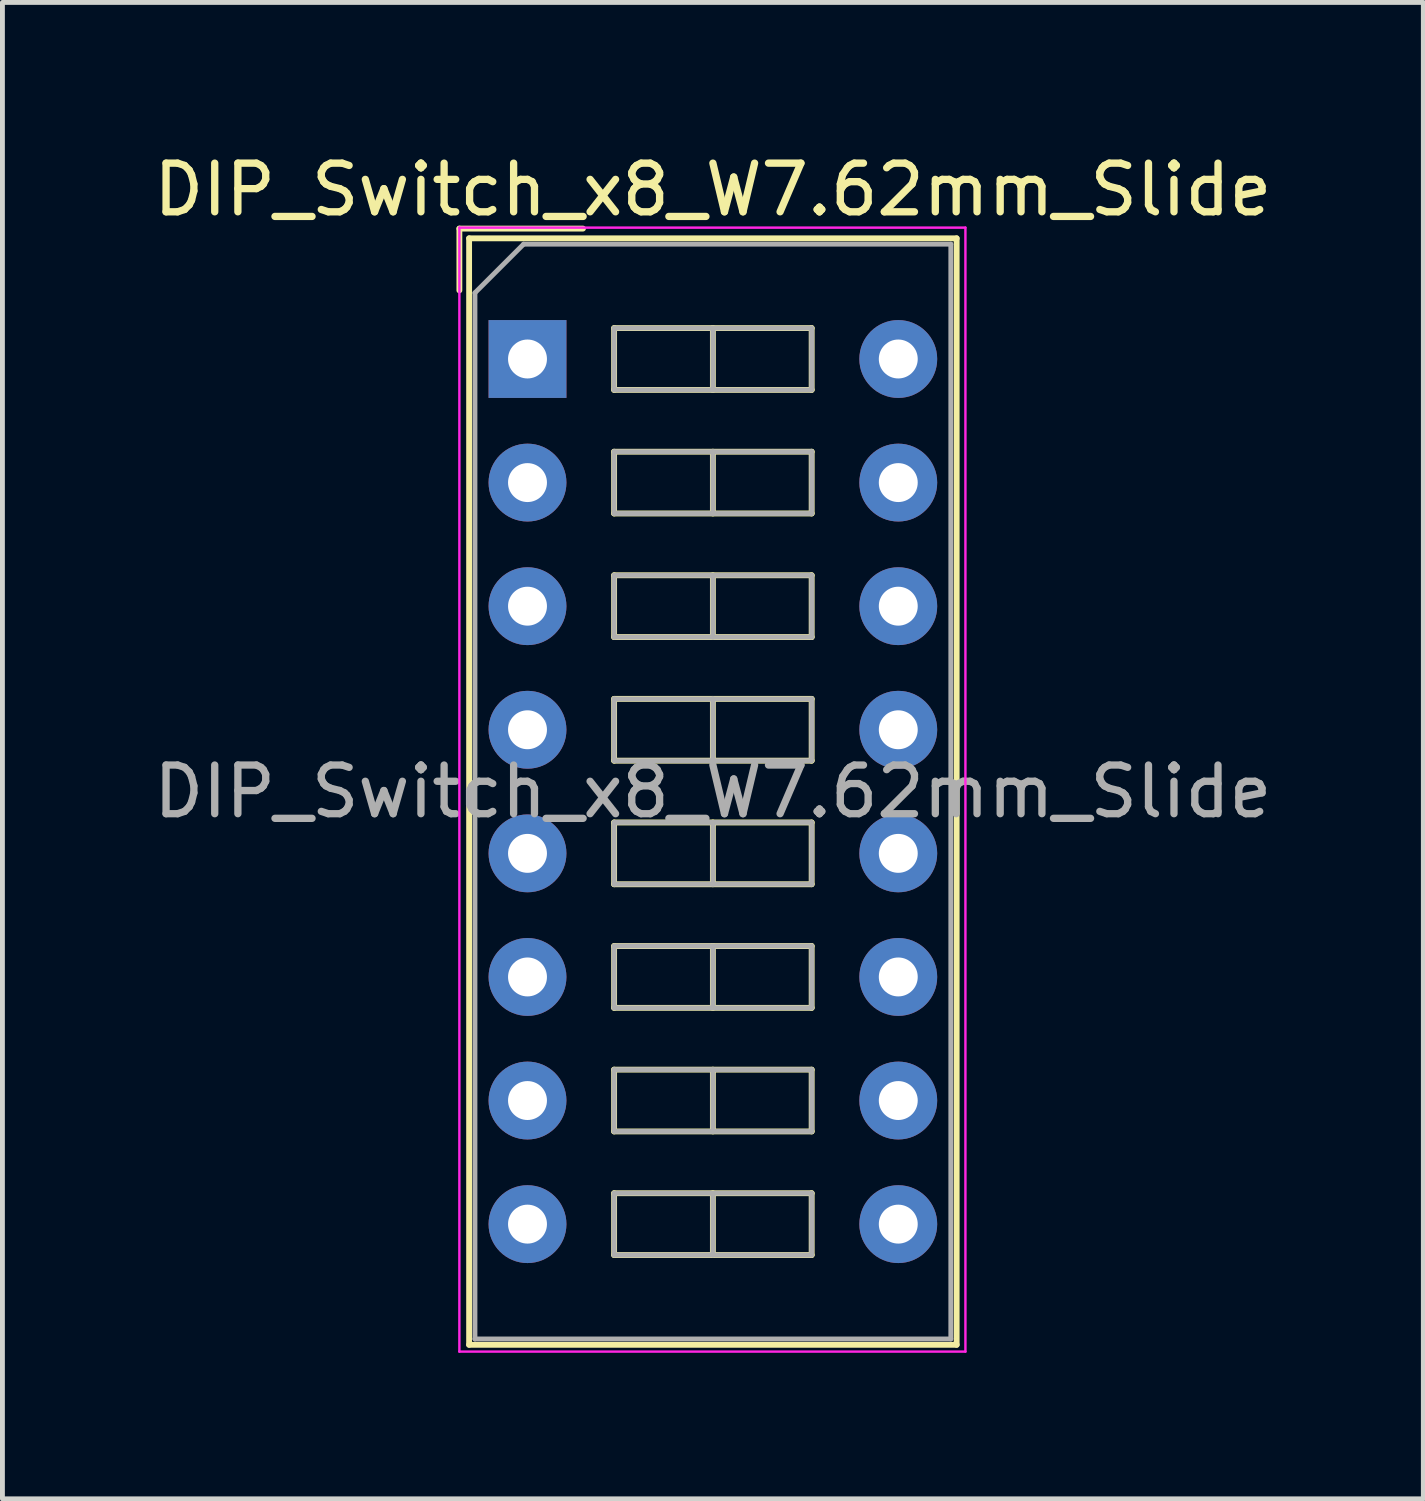
<source format=kicad_pcb>
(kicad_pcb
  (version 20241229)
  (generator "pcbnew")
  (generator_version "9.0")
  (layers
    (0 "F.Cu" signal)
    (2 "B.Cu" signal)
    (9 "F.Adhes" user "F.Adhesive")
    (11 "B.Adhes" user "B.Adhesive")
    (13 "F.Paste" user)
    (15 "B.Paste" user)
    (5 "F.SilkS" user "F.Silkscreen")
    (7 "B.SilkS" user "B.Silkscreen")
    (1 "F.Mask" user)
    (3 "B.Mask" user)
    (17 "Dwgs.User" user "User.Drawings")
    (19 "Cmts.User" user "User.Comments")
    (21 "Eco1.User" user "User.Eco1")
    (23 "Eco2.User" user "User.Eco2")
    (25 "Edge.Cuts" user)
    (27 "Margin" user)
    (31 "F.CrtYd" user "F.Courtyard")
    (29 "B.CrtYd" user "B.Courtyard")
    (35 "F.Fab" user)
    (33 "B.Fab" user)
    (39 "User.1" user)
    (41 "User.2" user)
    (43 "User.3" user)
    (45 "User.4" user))
  (footprint "DIP_Switch_x8_W7.62mm_Slide"
    (layer "F.Cu")
    (at 7.791 4.328)
    (property "Reference" "DIP_Switch_x8_W7.62mm_Slide" (at 3.81 -3.48 0) (layer "F.SilkS") (effects (font (size 1 1) (thickness 0.15))))
    (attr through_hole)
    (fp_line (start -1.4 -2.68) (end -1.4 -1.41) (stroke (width 0.12) (type solid)) (layer "F.SilkS"))
    (fp_line (start -1.4 -2.68) (end 1.14 -2.68) (stroke (width 0.12) (type solid)) (layer "F.SilkS"))
    (fp_line (start -1.2 -2.48) (end 8.82 -2.48) (stroke (width 0.12) (type solid)) (layer "F.SilkS"))
    (fp_line (start -1.2 20.26) (end -1.2 -2.48) (stroke (width 0.12) (type solid)) (layer "F.SilkS"))
    (fp_line (start 1.78 -0.635) (end 1.78 0.635) (stroke (width 0.12) (type solid)) (layer "F.SilkS"))
    (fp_line (start 1.78 0.635) (end 5.84 0.635) (stroke (width 0.12) (type solid)) (layer "F.SilkS"))
    (fp_line (start 1.78 1.905) (end 1.78 3.175) (stroke (width 0.12) (type solid)) (layer "F.SilkS"))
    (fp_line (start 1.78 3.175) (end 5.84 3.175) (stroke (width 0.12) (type solid)) (layer "F.SilkS"))
    (fp_line (start 1.78 4.445) (end 1.78 5.715) (stroke (width 0.12) (type solid)) (layer "F.SilkS"))
    (fp_line (start 1.78 5.715) (end 5.84 5.715) (stroke (width 0.12) (type solid)) (layer "F.SilkS"))
    (fp_line (start 1.78 6.985) (end 1.78 8.255) (stroke (width 0.12) (type solid)) (layer "F.SilkS"))
    (fp_line (start 1.78 8.255) (end 5.84 8.255) (stroke (width 0.12) (type solid)) (layer "F.SilkS"))
    (fp_line (start 1.78 9.525) (end 1.78 10.795) (stroke (width 0.12) (type solid)) (layer "F.SilkS"))
    (fp_line (start 1.78 10.795) (end 5.84 10.795) (stroke (width 0.12) (type solid)) (layer "F.SilkS"))
    (fp_line (start 1.78 12.065) (end 1.78 13.335) (stroke (width 0.12) (type solid)) (layer "F.SilkS"))
    (fp_line (start 1.78 13.335) (end 5.84 13.335) (stroke (width 0.12) (type solid)) (layer "F.SilkS"))
    (fp_line (start 1.78 14.605) (end 1.78 15.875) (stroke (width 0.12) (type solid)) (layer "F.SilkS"))
    (fp_line (start 1.78 15.875) (end 5.84 15.875) (stroke (width 0.12) (type solid)) (layer "F.SilkS"))
    (fp_line (start 1.78 17.145) (end 1.78 18.415) (stroke (width 0.12) (type solid)) (layer "F.SilkS"))
    (fp_line (start 1.78 18.415) (end 5.84 18.415) (stroke (width 0.12) (type solid)) (layer "F.SilkS"))
    (fp_line (start 3.81 -0.635) (end 3.81 0.635) (stroke (width 0.12) (type solid)) (layer "F.SilkS"))
    (fp_line (start 3.81 1.905) (end 3.81 3.175) (stroke (width 0.12) (type solid)) (layer "F.SilkS"))
    (fp_line (start 3.81 4.445) (end 3.81 5.715) (stroke (width 0.12) (type solid)) (layer "F.SilkS"))
    (fp_line (start 3.81 6.985) (end 3.81 8.255) (stroke (width 0.12) (type solid)) (layer "F.SilkS"))
    (fp_line (start 3.81 9.525) (end 3.81 10.795) (stroke (width 0.12) (type solid)) (layer "F.SilkS"))
    (fp_line (start 3.81 12.065) (end 3.81 13.335) (stroke (width 0.12) (type solid)) (layer "F.SilkS"))
    (fp_line (start 3.81 14.605) (end 3.81 15.875) (stroke (width 0.12) (type solid)) (layer "F.SilkS"))
    (fp_line (start 3.81 17.145) (end 3.81 18.415) (stroke (width 0.12) (type solid)) (layer "F.SilkS"))
    (fp_line (start 5.84 -0.635) (end 1.78 -0.635) (stroke (width 0.12) (type solid)) (layer "F.SilkS"))
    (fp_line (start 5.84 0.635) (end 5.84 -0.635) (stroke (width 0.12) (type solid)) (layer "F.SilkS"))
    (fp_line (start 5.84 1.905) (end 1.78 1.905) (stroke (width 0.12) (type solid)) (layer "F.SilkS"))
    (fp_line (start 5.84 3.175) (end 5.84 1.905) (stroke (width 0.12) (type solid)) (layer "F.SilkS"))
    (fp_line (start 5.84 4.445) (end 1.78 4.445) (stroke (width 0.12) (type solid)) (layer "F.SilkS"))
    (fp_line (start 5.84 5.715) (end 5.84 4.445) (stroke (width 0.12) (type solid)) (layer "F.SilkS"))
    (fp_line (start 5.84 6.985) (end 1.78 6.985) (stroke (width 0.12) (type solid)) (layer "F.SilkS"))
    (fp_line (start 5.84 8.255) (end 5.84 6.985) (stroke (width 0.12) (type solid)) (layer "F.SilkS"))
    (fp_line (start 5.84 9.525) (end 1.78 9.525) (stroke (width 0.12) (type solid)) (layer "F.SilkS"))
    (fp_line (start 5.84 10.795) (end 5.84 9.525) (stroke (width 0.12) (type solid)) (layer "F.SilkS"))
    (fp_line (start 5.84 12.065) (end 1.78 12.065) (stroke (width 0.12) (type solid)) (layer "F.SilkS"))
    (fp_line (start 5.84 13.335) (end 5.84 12.065) (stroke (width 0.12) (type solid)) (layer "F.SilkS"))
    (fp_line (start 5.84 14.605) (end 1.78 14.605) (stroke (width 0.12) (type solid)) (layer "F.SilkS"))
    (fp_line (start 5.84 15.875) (end 5.84 14.605) (stroke (width 0.12) (type solid)) (layer "F.SilkS"))
    (fp_line (start 5.84 17.145) (end 1.78 17.145) (stroke (width 0.12) (type solid)) (layer "F.SilkS"))
    (fp_line (start 5.84 18.415) (end 5.84 17.145) (stroke (width 0.12) (type solid)) (layer "F.SilkS"))
    (fp_line (start 8.82 -2.48) (end 8.82 20.26) (stroke (width 0.12) (type solid)) (layer "F.SilkS"))
    (fp_line (start 8.82 20.26) (end -1.2 20.26) (stroke (width 0.12) (type solid)) (layer "F.SilkS"))
    (fp_line (start -1.4 -2.7) (end -1.4 20.4) (stroke (width 0.05) (type solid)) (layer "F.CrtYd"))
    (fp_line (start -1.4 20.4) (end 9 20.4) (stroke (width 0.05) (type solid)) (layer "F.CrtYd"))
    (fp_line (start 9 -2.7) (end -1.4 -2.7) (stroke (width 0.05) (type solid)) (layer "F.CrtYd"))
    (fp_line (start 9 20.4) (end 9 -2.7) (stroke (width 0.05) (type solid)) (layer "F.CrtYd"))
    (fp_line (start -1.08 -1.36) (end -0.08 -2.36) (stroke (width 0.1) (type solid)) (layer "F.Fab"))
    (fp_line (start -1.08 20.14) (end -1.08 -1.36) (stroke (width 0.1) (type solid)) (layer "F.Fab"))
    (fp_line (start -0.08 -2.36) (end 8.7 -2.36) (stroke (width 0.1) (type solid)) (layer "F.Fab"))
    (fp_line (start 1.78 -0.635) (end 1.78 0.635) (stroke (width 0.1) (type solid)) (layer "F.Fab"))
    (fp_line (start 1.78 0.635) (end 5.84 0.635) (stroke (width 0.1) (type solid)) (layer "F.Fab"))
    (fp_line (start 1.78 1.905) (end 1.78 3.175) (stroke (width 0.1) (type solid)) (layer "F.Fab"))
    (fp_line (start 1.78 3.175) (end 5.84 3.175) (stroke (width 0.1) (type solid)) (layer "F.Fab"))
    (fp_line (start 1.78 4.445) (end 1.78 5.715) (stroke (width 0.1) (type solid)) (layer "F.Fab"))
    (fp_line (start 1.78 5.715) (end 5.84 5.715) (stroke (width 0.1) (type solid)) (layer "F.Fab"))
    (fp_line (start 1.78 6.985) (end 1.78 8.255) (stroke (width 0.1) (type solid)) (layer "F.Fab"))
    (fp_line (start 1.78 8.255) (end 5.84 8.255) (stroke (width 0.1) (type solid)) (layer "F.Fab"))
    (fp_line (start 1.78 9.525) (end 1.78 10.795) (stroke (width 0.1) (type solid)) (layer "F.Fab"))
    (fp_line (start 1.78 10.795) (end 5.84 10.795) (stroke (width 0.1) (type solid)) (layer "F.Fab"))
    (fp_line (start 1.78 12.065) (end 1.78 13.335) (stroke (width 0.1) (type solid)) (layer "F.Fab"))
    (fp_line (start 1.78 13.335) (end 5.84 13.335) (stroke (width 0.1) (type solid)) (layer "F.Fab"))
    (fp_line (start 1.78 14.605) (end 1.78 15.875) (stroke (width 0.1) (type solid)) (layer "F.Fab"))
    (fp_line (start 1.78 15.875) (end 5.84 15.875) (stroke (width 0.1) (type solid)) (layer "F.Fab"))
    (fp_line (start 1.78 17.145) (end 1.78 18.415) (stroke (width 0.1) (type solid)) (layer "F.Fab"))
    (fp_line (start 1.78 18.415) (end 5.84 18.415) (stroke (width 0.1) (type solid)) (layer "F.Fab"))
    (fp_line (start 3.81 -0.635) (end 3.81 0.635) (stroke (width 0.1) (type solid)) (layer "F.Fab"))
    (fp_line (start 3.81 1.905) (end 3.81 3.175) (stroke (width 0.1) (type solid)) (layer "F.Fab"))
    (fp_line (start 3.81 4.445) (end 3.81 5.715) (stroke (width 0.1) (type solid)) (layer "F.Fab"))
    (fp_line (start 3.81 6.985) (end 3.81 8.255) (stroke (width 0.1) (type solid)) (layer "F.Fab"))
    (fp_line (start 3.81 9.525) (end 3.81 10.795) (stroke (width 0.1) (type solid)) (layer "F.Fab"))
    (fp_line (start 3.81 12.065) (end 3.81 13.335) (stroke (width 0.1) (type solid)) (layer "F.Fab"))
    (fp_line (start 3.81 14.605) (end 3.81 15.875) (stroke (width 0.1) (type solid)) (layer "F.Fab"))
    (fp_line (start 3.81 17.145) (end 3.81 18.415) (stroke (width 0.1) (type solid)) (layer "F.Fab"))
    (fp_line (start 5.84 -0.635) (end 1.78 -0.635) (stroke (width 0.1) (type solid)) (layer "F.Fab"))
    (fp_line (start 5.84 0.635) (end 5.84 -0.635) (stroke (width 0.1) (type solid)) (layer "F.Fab"))
    (fp_line (start 5.84 1.905) (end 1.78 1.905) (stroke (width 0.1) (type solid)) (layer "F.Fab"))
    (fp_line (start 5.84 3.175) (end 5.84 1.905) (stroke (width 0.1) (type solid)) (layer "F.Fab"))
    (fp_line (start 5.84 4.445) (end 1.78 4.445) (stroke (width 0.1) (type solid)) (layer "F.Fab"))
    (fp_line (start 5.84 5.715) (end 5.84 4.445) (stroke (width 0.1) (type solid)) (layer "F.Fab"))
    (fp_line (start 5.84 6.985) (end 1.78 6.985) (stroke (width 0.1) (type solid)) (layer "F.Fab"))
    (fp_line (start 5.84 8.255) (end 5.84 6.985) (stroke (width 0.1) (type solid)) (layer "F.Fab"))
    (fp_line (start 5.84 9.525) (end 1.78 9.525) (stroke (width 0.1) (type solid)) (layer "F.Fab"))
    (fp_line (start 5.84 10.795) (end 5.84 9.525) (stroke (width 0.1) (type solid)) (layer "F.Fab"))
    (fp_line (start 5.84 12.065) (end 1.78 12.065) (stroke (width 0.1) (type solid)) (layer "F.Fab"))
    (fp_line (start 5.84 13.335) (end 5.84 12.065) (stroke (width 0.1) (type solid)) (layer "F.Fab"))
    (fp_line (start 5.84 14.605) (end 1.78 14.605) (stroke (width 0.1) (type solid)) (layer "F.Fab"))
    (fp_line (start 5.84 15.875) (end 5.84 14.605) (stroke (width 0.1) (type solid)) (layer "F.Fab"))
    (fp_line (start 5.84 17.145) (end 1.78 17.145) (stroke (width 0.1) (type solid)) (layer "F.Fab"))
    (fp_line (start 5.84 18.415) (end 5.84 17.145) (stroke (width 0.1) (type solid)) (layer "F.Fab"))
    (fp_line (start 8.7 -2.36) (end 8.7 20.14) (stroke (width 0.1) (type solid)) (layer "F.Fab"))
    (fp_line (start 8.7 20.14) (end -1.08 20.14) (stroke (width 0.1) (type solid)) (layer "F.Fab"))
    (fp_text user "${REFERENCE}" (at 3.81 8.89 0) (layer "F.Fab") (effects (font (size 1 1) (thickness 0.15))))
    (pad "1" thru_hole rect (at 0 0) (size 1.6 1.6) (drill 0.8) (layers "*.Cu" "*.Mask"))
    (pad "2" thru_hole oval (at 0 2.54) (size 1.6 1.6) (drill 0.8) (layers "*.Cu" "*.Mask"))
    (pad "3" thru_hole oval (at 0 5.08) (size 1.6 1.6) (drill 0.8) (layers "*.Cu" "*.Mask"))
    (pad "4" thru_hole oval (at 0 7.62) (size 1.6 1.6) (drill 0.8) (layers "*.Cu" "*.Mask"))
    (pad "5" thru_hole oval (at 0 10.16) (size 1.6 1.6) (drill 0.8) (layers "*.Cu" "*.Mask"))
    (pad "6" thru_hole oval (at 0 12.7) (size 1.6 1.6) (drill 0.8) (layers "*.Cu" "*.Mask"))
    (pad "7" thru_hole oval (at 0 15.24) (size 1.6 1.6) (drill 0.8) (layers "*.Cu" "*.Mask"))
    (pad "8" thru_hole oval (at 0 17.78) (size 1.6 1.6) (drill 0.8) (layers "*.Cu" "*.Mask"))
    (pad "9" thru_hole oval (at 7.62 17.78) (size 1.6 1.6) (drill 0.8) (layers "*.Cu" "*.Mask"))
    (pad "10" thru_hole oval (at 7.62 15.24) (size 1.6 1.6) (drill 0.8) (layers "*.Cu" "*.Mask"))
    (pad "11" thru_hole oval (at 7.62 12.7) (size 1.6 1.6) (drill 0.8) (layers "*.Cu" "*.Mask"))
    (pad "12" thru_hole oval (at 7.62 10.16) (size 1.6 1.6) (drill 0.8) (layers "*.Cu" "*.Mask"))
    (pad "13" thru_hole oval (at 7.62 7.62) (size 1.6 1.6) (drill 0.8) (layers "*.Cu" "*.Mask"))
    (pad "14" thru_hole oval (at 7.62 5.08) (size 1.6 1.6) (drill 0.8) (layers "*.Cu" "*.Mask"))
    (pad "15" thru_hole oval (at 7.62 2.54) (size 1.6 1.6) (drill 0.8) (layers "*.Cu" "*.Mask"))
    (pad "16" thru_hole oval (at 7.62 0) (size 1.6 1.6) (drill 0.8) (layers "*.Cu" "*.Mask")))
  (gr_rect
    (start -3 -3)
    (end 26.202 27.753)
    (stroke (width 0.1) (type default))
    (fill no)
    (layer "Edge.Cuts")))
</source>
